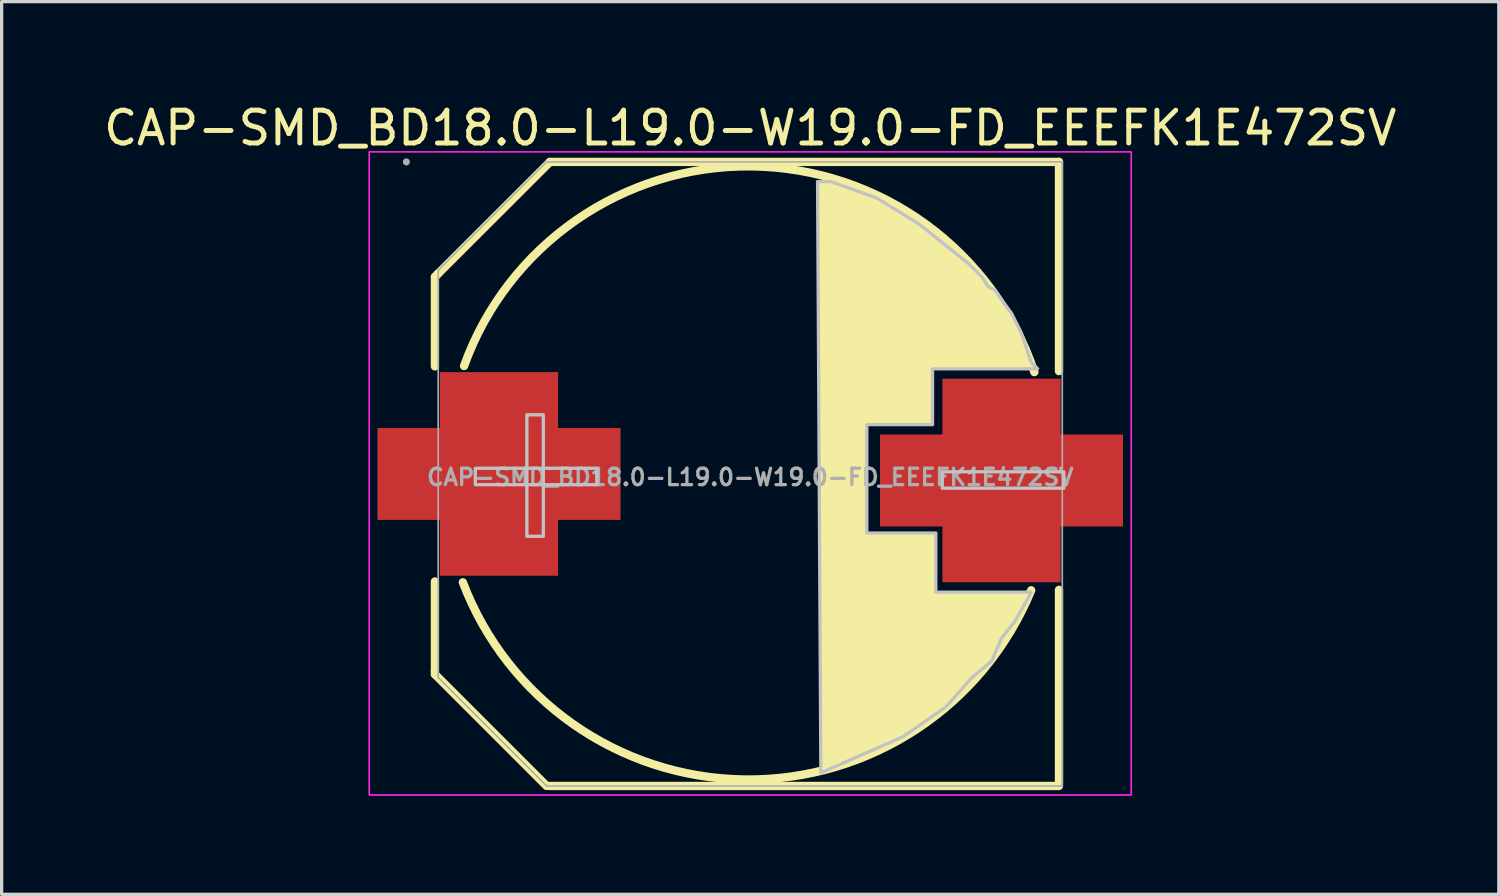
<source format=kicad_pcb>
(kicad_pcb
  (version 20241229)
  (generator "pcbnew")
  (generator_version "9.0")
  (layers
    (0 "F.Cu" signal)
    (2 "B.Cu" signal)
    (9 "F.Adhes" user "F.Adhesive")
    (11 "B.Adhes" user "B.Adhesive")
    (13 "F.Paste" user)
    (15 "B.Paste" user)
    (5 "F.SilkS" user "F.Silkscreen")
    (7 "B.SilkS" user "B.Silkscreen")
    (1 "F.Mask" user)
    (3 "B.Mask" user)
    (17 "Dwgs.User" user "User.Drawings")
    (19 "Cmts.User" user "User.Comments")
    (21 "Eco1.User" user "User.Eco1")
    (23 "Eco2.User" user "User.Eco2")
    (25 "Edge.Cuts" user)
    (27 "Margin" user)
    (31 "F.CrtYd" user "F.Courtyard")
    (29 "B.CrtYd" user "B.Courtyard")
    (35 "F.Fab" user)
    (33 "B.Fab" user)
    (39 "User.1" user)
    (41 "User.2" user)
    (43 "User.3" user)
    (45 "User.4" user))
  (footprint "CAP-SMD_BD18.0-L19.0-W19.0-FD_EEEFK1E472SV"
    (layer "F.Cu")
    (at 19.792 11.479)
    (property "Reference" "CAP-SMD_BD18.0-L19.0-W19.0-FD_EEEFK1E472SV" (at 0 -10.63 0) (layer "F.SilkS") (effects (font (size 1 1) (thickness 0.15))))
    (fp_line (start -9.6 -6.1) (end -9.6 -3.375) (stroke (width 0.254) (type default)) (layer "F.SilkS"))
    (fp_line (start -9.6 -6.1) (end -9.501 -6.199) (stroke (width 0.254) (type default)) (layer "F.SilkS"))
    (fp_line (start -9.6 3.175) (end -9.6 5.9) (stroke (width 0.254) (type default)) (layer "F.SilkS"))
    (fp_line (start -9.6 5.9) (end -9.6 6) (stroke (width 0.254) (type default)) (layer "F.SilkS"))
    (fp_line (start -9.6 6) (end -6.2 9.4) (stroke (width 0.254) (type default)) (layer "F.SilkS"))
    (fp_line (start -9.501 -6.199) (end -6.1 -9.597) (stroke (width 0.254) (type default)) (layer "F.SilkS"))
    (fp_line (start -6.1 -9.6) (end 9.4 -9.6) (stroke (width 0.254) (type default)) (layer "F.SilkS"))
    (fp_line (start -6.1 9.4) (end 9.4 9.4) (stroke (width 0.254) (type default)) (layer "F.SilkS"))
    (fp_line (start 9.4 -9.6) (end 9.4 -3.231) (stroke (width 0.254) (type default)) (layer "F.SilkS"))
    (fp_line (start 9.4 3.431) (end 9.4 9.3) (stroke (width 0.254) (type default)) (layer "F.SilkS"))
    (fp_arc (start -8.7135 -3.386) (mid 0.034434 -9.464451) (end 8.65 -3.2) (stroke (width 0.254) (type default)) (layer "F.SilkS"))
    (fp_arc (start 8.554 3.443) (mid -0.180638 9.20401) (end -8.75 3.2) (stroke (width 0.254) (type default)) (layer "F.SilkS"))
    (fp_poly (pts (xy 2.05 -9) (xy 2.05 -9.1) (xy 2.05 -9) (xy 2.45 -9) (xy 3.85 -8.5) (xy 5.15 -7.7) (xy 6.65 -6.5) (xy 7.05 -6.1) (xy 7.25 -5.8) (xy 7.45 -5.7) (xy 7.65 -5.4) (xy 7.95 -5) (xy 8.25 -4.4) (xy 8.55 -3.5) (xy 8.75 -3.3) (xy 5.55 -3.3) (xy 5.55 -1.6) (xy 3.55 -1.6) (xy 3.55 1.7) (xy 5.65 1.7) (xy 5.65 3.5) (xy 7.25 3.5) (xy 8.55 3.5) (xy 8.45 3.7) (xy 8.05 4.4) (xy 7.65 4.9) (xy 7.35 5.6) (xy 6.75 6.1) (xy 5.95 7) (xy 4.65 7.9) (xy 2.15 9) (xy 2.05 -9)) (stroke (width 0) (type default)) (fill yes) (layer "F.SilkS"))
    (fp_poly (pts (xy -8.371 0.228) (xy -4.671 0.228) (xy -4.671 -0.272) (xy -8.371 -0.272)) (stroke (width 0.1) (type default)) (fill no) (layer "Dwgs.User"))
    (fp_poly (pts (xy -6.3 1.8) (xy -6.3 -1.9) (xy -6.8 -1.9) (xy -6.8 1.8)) (stroke (width 0.1) (type default)) (fill no) (layer "Dwgs.User"))
    (fp_poly (pts (xy 5.847 0.334) (xy 9.547 0.334) (xy 9.547 -0.166) (xy 5.847 -0.166)) (stroke (width 0.1) (type default)) (fill no) (layer "Dwgs.User"))
    (fp_poly (pts (xy 2.05 -9) (xy 2.05 -9.1) (xy 2.05 -9) (xy 2.45 -9) (xy 3.85 -8.5) (xy 5.15 -7.7) (xy 6.65 -6.5) (xy 7.05 -6.1) (xy 7.25 -5.8) (xy 7.45 -5.7) (xy 7.65 -5.4) (xy 7.95 -5) (xy 8.25 -4.4) (xy 8.55 -3.5) (xy 8.75 -3.3) (xy 5.55 -3.3) (xy 5.55 -1.6) (xy 3.55 -1.6) (xy 3.55 1.7) (xy 5.65 1.7) (xy 5.65 3.5) (xy 7.25 3.5) (xy 8.55 3.5) (xy 8.45 3.7) (xy 8.05 4.4) (xy 7.65 4.9) (xy 7.35 5.6) (xy 6.75 6.1) (xy 5.95 7) (xy 4.65 7.9) (xy 2.15 9) (xy 2.05 -9)) (stroke (width 0.1) (type default)) (fill no) (layer "Dwgs.User"))
    (fp_rect (start -11.6 -9.905) (end 11.6 9.675) (stroke (width 0.05) (type default)) (fill no) (layer "F.CrtYd"))
    (fp_line (start -9.5 -6.3) (end -6.2 -9.6) (stroke (width 0.051) (type default)) (layer "F.Fab"))
    (fp_line (start -9.5 6.1) (end -9.5 -6.3) (stroke (width 0.051) (type default)) (layer "F.Fab"))
    (fp_line (start -6.2 -9.6) (end 9.5 -9.6) (stroke (width 0.051) (type default)) (layer "F.Fab"))
    (fp_line (start -6.2 9.4) (end -9.5 6.1) (stroke (width 0.051) (type default)) (layer "F.Fab"))
    (fp_line (start 9.5 -9.6) (end 9.5 9.4) (stroke (width 0.051) (type default)) (layer "F.Fab"))
    (fp_line (start 9.5 9.4) (end -6.2 9.4) (stroke (width 0.051) (type default)) (layer "F.Fab"))
    (fp_poly (pts (xy -10.415 -9.623) (xy -10.447 -9.655) (xy -10.493 -9.655) (xy -10.525 -9.623) (xy -10.525 -9.577) (xy -10.493 -9.545) (xy -10.447 -9.545) (xy -10.415 -9.577)) (stroke (width 0.1) (type default)) (fill no) (layer "F.Fab"))
    (fp_poly (pts (xy -6.625 1.4) (xy -6.625 0.55) (xy -5.3 0.55) (xy -5.3 -0.75) (xy -6.625 -0.75) (xy -6.625 -1.6) (xy -8.625 -1.6) (xy -8.625 -0.75) (xy -10.47 -0.75) (xy -10.47 0.55) (xy -8.625 0.55) (xy -8.625 1.4)) (stroke (width 0.1) (type default)) (fill no) (layer "User.1"))
    (fp_poly (pts (xy 8.675 1.6) (xy 8.675 0.75) (xy 10.53 0.75) (xy 10.53 -0.55) (xy 8.675 -0.55) (xy 8.675 -1.4) (xy 6.675 -1.4) (xy 6.675 -0.55) (xy 5.36 -0.55) (xy 5.36 0.75) (xy 6.675 0.75) (xy 6.675 1.6)) (stroke (width 0.1) (type default)) (fill no) (layer "User.1"))
    (fp_text user "${REFERENCE}" (at 0 0 0) (layer "F.Fab") (effects (font (size 0.5 0.5) (thickness 0.1))))
    (pad "1" smd custom (at -7.65 -0.1) (size 0.000001 0.000001) (layers "F.Cu" "F.Mask" "F.Paste") (options (anchor circle)) (primitives (gr_poly (pts (xy -1.8 3.1) (xy -1.8 1.4) (xy -3.7 1.4) (xy -3.7 -1.4) (xy -1.8 -1.4) (xy -1.8 -3.1) (xy 1.8 -3.1) (xy 1.8 -1.4) (xy 3.7 -1.4) (xy 3.7 1.4) (xy 1.8 1.4) (xy 1.8 3.1)) (width 0) (fill yes))))
    (pad "2" smd custom (at 7.65 0.1) (size 0.000001 0.000001) (layers "F.Cu" "F.Mask" "F.Paste") (options (anchor circle)) (primitives (gr_poly (pts (xy -1.8 3.1) (xy -1.8 1.4) (xy -3.7 1.4) (xy -3.7 -1.4) (xy -1.8 -1.4) (xy -1.8 -3.1) (xy 1.8 -3.1) (xy 1.8 -1.4) (xy 3.7 -1.4) (xy 3.7 1.4) (xy 1.8 1.4) (xy 1.8 3.1)) (width 0) (fill yes)))))
  (gr_rect
    (start -3 -3)
    (end 42.583 24.179)
    (stroke (width 0.1) (type default))
    (fill no)
    (layer "Edge.Cuts")))
</source>
